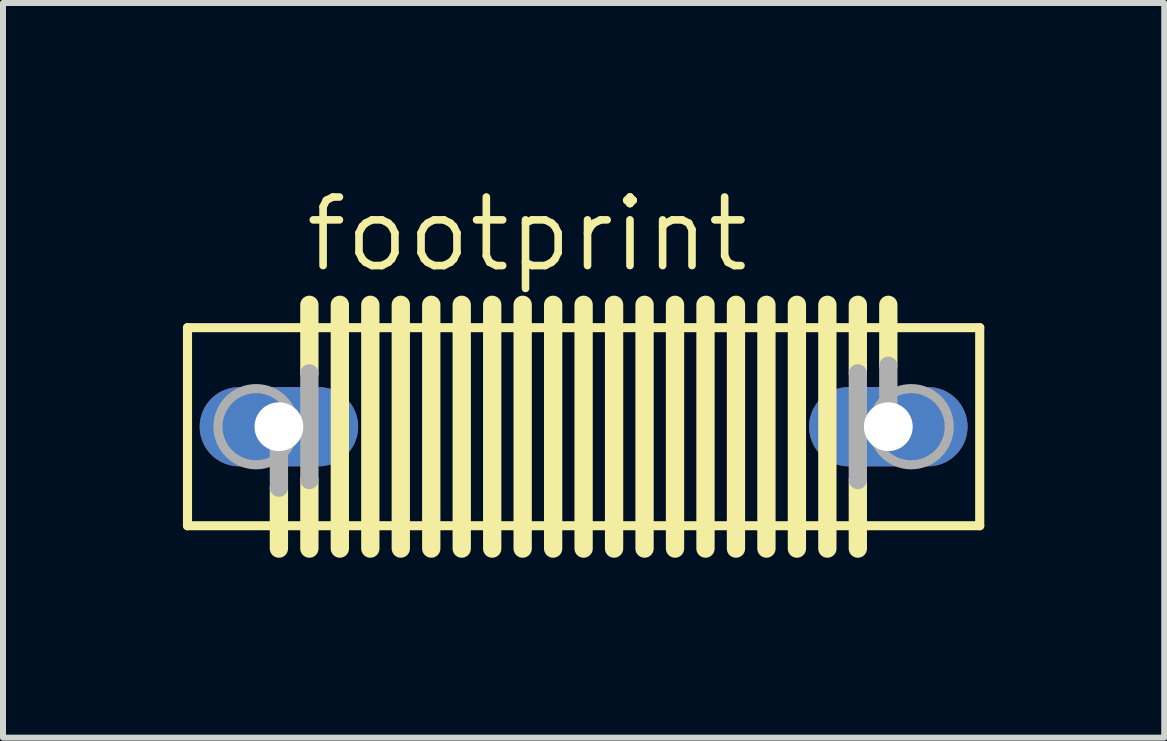
<source format=kicad_pcb>
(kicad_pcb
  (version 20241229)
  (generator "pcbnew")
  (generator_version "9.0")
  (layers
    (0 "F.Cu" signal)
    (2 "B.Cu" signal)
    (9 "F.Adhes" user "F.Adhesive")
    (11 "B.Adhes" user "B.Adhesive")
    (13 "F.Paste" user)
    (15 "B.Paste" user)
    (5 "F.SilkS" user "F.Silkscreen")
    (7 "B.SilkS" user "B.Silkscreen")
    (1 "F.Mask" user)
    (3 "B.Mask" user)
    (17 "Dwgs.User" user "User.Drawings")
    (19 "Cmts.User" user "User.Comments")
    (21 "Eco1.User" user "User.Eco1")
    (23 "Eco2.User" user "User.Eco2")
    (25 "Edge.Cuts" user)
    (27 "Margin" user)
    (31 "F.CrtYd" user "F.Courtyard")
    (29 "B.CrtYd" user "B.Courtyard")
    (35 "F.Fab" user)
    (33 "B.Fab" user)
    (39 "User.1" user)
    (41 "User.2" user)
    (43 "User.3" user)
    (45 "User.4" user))
  (footprint "footprint"
    (layer "F.Cu")
    (at 6.68 4.064)
    (property "Reference" "footprint" (at -4.699 -2.54 0) (layer "F.SilkS") (effects (font (size 1.143 1.143) (thickness 0.127)) (justify left bottom)))
    (fp_line (start -6.604 -1.651) (end -6.604 1.651) (stroke (width 0.152) (type solid)) (layer "F.SilkS"))
    (fp_line (start -6.604 1.651) (end 6.604 1.651) (stroke (width 0.152) (type solid)) (layer "F.SilkS"))
    (fp_line (start -5.08 1.016) (end -5.08 2.032) (stroke (width 0.305) (type solid)) (layer "F.SilkS"))
    (fp_line (start -4.572 -2.032) (end -4.572 -0.889) (stroke (width 0.305) (type solid)) (layer "F.SilkS"))
    (fp_line (start -4.572 0.889) (end -4.572 2.032) (stroke (width 0.305) (type solid)) (layer "F.SilkS"))
    (fp_line (start -4.064 -2.032) (end -4.064 2.032) (stroke (width 0.305) (type solid)) (layer "F.SilkS"))
    (fp_line (start -3.556 -2.032) (end -3.556 2.032) (stroke (width 0.305) (type solid)) (layer "F.SilkS"))
    (fp_line (start -3.048 -2.032) (end -3.048 2.032) (stroke (width 0.305) (type solid)) (layer "F.SilkS"))
    (fp_line (start -2.54 -2.032) (end -2.54 2.032) (stroke (width 0.305) (type solid)) (layer "F.SilkS"))
    (fp_line (start -2.032 -2.032) (end -2.032 2.032) (stroke (width 0.305) (type solid)) (layer "F.SilkS"))
    (fp_line (start -1.524 -2.032) (end -1.524 2.032) (stroke (width 0.305) (type solid)) (layer "F.SilkS"))
    (fp_line (start -1.016 -2.032) (end -1.016 2.032) (stroke (width 0.305) (type solid)) (layer "F.SilkS"))
    (fp_line (start -0.508 -2.032) (end -0.508 2.032) (stroke (width 0.305) (type solid)) (layer "F.SilkS"))
    (fp_line (start 0 -2.032) (end 0 2.032) (stroke (width 0.305) (type solid)) (layer "F.SilkS"))
    (fp_line (start 0.508 -2.032) (end 0.508 2.032) (stroke (width 0.305) (type solid)) (layer "F.SilkS"))
    (fp_line (start 1.016 -2.032) (end 1.016 2.032) (stroke (width 0.305) (type solid)) (layer "F.SilkS"))
    (fp_line (start 1.524 -2.032) (end 1.524 2.032) (stroke (width 0.305) (type solid)) (layer "F.SilkS"))
    (fp_line (start 2.032 -2.032) (end 2.032 2.032) (stroke (width 0.305) (type solid)) (layer "F.SilkS"))
    (fp_line (start 2.54 -2.032) (end 2.54 2.032) (stroke (width 0.305) (type solid)) (layer "F.SilkS"))
    (fp_line (start 3.048 -2.032) (end 3.048 2.032) (stroke (width 0.305) (type solid)) (layer "F.SilkS"))
    (fp_line (start 3.556 -2.032) (end 3.556 2.032) (stroke (width 0.305) (type solid)) (layer "F.SilkS"))
    (fp_line (start 4.064 -2.032) (end 4.064 2.032) (stroke (width 0.305) (type solid)) (layer "F.SilkS"))
    (fp_line (start 4.572 -2.032) (end 4.572 -0.889) (stroke (width 0.305) (type solid)) (layer "F.SilkS"))
    (fp_line (start 4.572 0.889) (end 4.572 2.032) (stroke (width 0.305) (type solid)) (layer "F.SilkS"))
    (fp_line (start 5.08 -2.032) (end 5.08 -1.016) (stroke (width 0.305) (type solid)) (layer "F.SilkS"))
    (fp_line (start 6.604 -1.651) (end -6.604 -1.651) (stroke (width 0.152) (type solid)) (layer "F.SilkS"))
    (fp_line (start 6.604 -1.651) (end 6.604 1.651) (stroke (width 0.152) (type solid)) (layer "F.SilkS"))
    (fp_line (start -5.08 -0.127) (end -5.08 1.016) (stroke (width 0.305) (type solid)) (layer "F.Fab"))
    (fp_line (start -4.572 -0.889) (end -4.572 0.889) (stroke (width 0.305) (type solid)) (layer "F.Fab"))
    (fp_line (start 4.572 -0.889) (end 4.572 0.889) (stroke (width 0.305) (type solid)) (layer "F.Fab"))
    (fp_line (start 5.08 -1.016) (end 5.08 0.127) (stroke (width 0.305) (type solid)) (layer "F.Fab"))
    (fp_circle (center -5.461 0) (end -4.826 0) (stroke (width 0.152) (type solid)) (fill no) (layer "F.Fab"))
    (fp_circle (center 5.461 0) (end 6.096 0) (stroke (width 0.152) (type solid)) (fill no) (layer "F.Fab"))
    (pad "1" thru_hole oval (at -5.08 0) (size 2.642 1.321) (drill 0.813) (layers "*.Cu" "*.Mask"))
    (pad "2" thru_hole oval (at 5.08 0) (size 2.642 1.321) (drill 0.813) (layers "*.Cu" "*.Mask")))
  (gr_rect
    (start -3 -3)
    (end 16.36 9.248)
    (stroke (width 0.1) (type default))
    (fill no)
    (layer "Edge.Cuts")))
</source>
